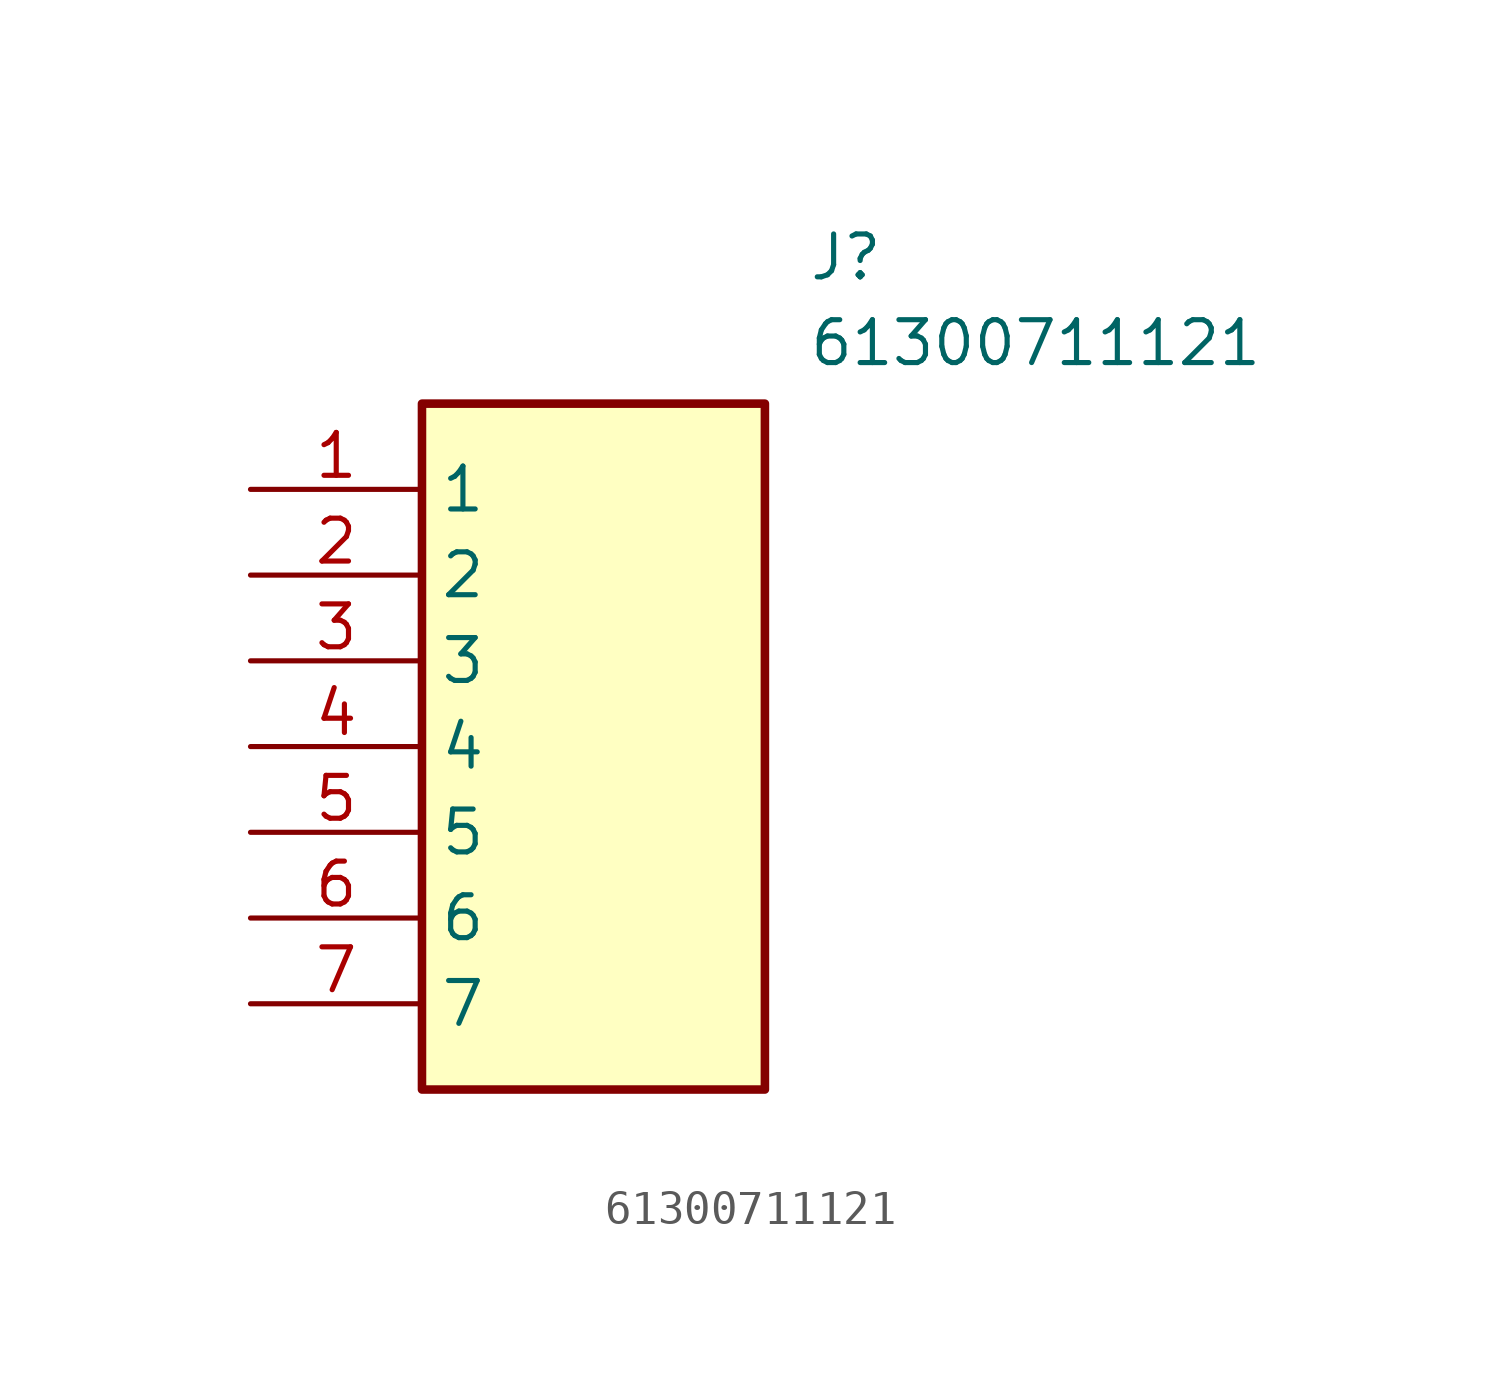
<source format=kicad_sym>
(kicad_symbol_lib
  (version 20211014)
  (generator SamacSys_ECAD_Model)
  (symbol "61300711121"
    (property "Reference" "J"
      (at 16.51 7.62 0)
      (effects (font (size 1.27 1.27)) (justify left top)))
    (property "Value" "61300711121"
      (at 16.51 5.08 0)
      (effects (font (size 1.27 1.27)) (justify left top)))
    (rectangle
      (start 5.08 2.54)
      (end 15.24 -17.78)
      (stroke (width 0.254) (type default))
      (fill (type background)))
    (pin passive line
      (at 0 0 0)
      (length 5.08)
      (name "1" (effects (font (size 1.27 1.27))))
      (number "1" (effects (font (size 1.27 1.27)))))
    (pin passive line
      (at 0 -2.54 0)
      (length 5.08)
      (name "2" (effects (font (size 1.27 1.27))))
      (number "2" (effects (font (size 1.27 1.27)))))
    (pin passive line
      (at 0 -5.08 0)
      (length 5.08)
      (name "3" (effects (font (size 1.27 1.27))))
      (number "3" (effects (font (size 1.27 1.27)))))
    (pin passive line
      (at 0 -7.62 0)
      (length 5.08)
      (name "4" (effects (font (size 1.27 1.27))))
      (number "4" (effects (font (size 1.27 1.27)))))
    (pin passive line
      (at 0 -10.16 0)
      (length 5.08)
      (name "5" (effects (font (size 1.27 1.27))))
      (number "5" (effects (font (size 1.27 1.27)))))
    (pin passive line
      (at 0 -12.7 0)
      (length 5.08)
      (name "6" (effects (font (size 1.27 1.27))))
      (number "6" (effects (font (size 1.27 1.27)))))
    (pin passive line
      (at 0 -15.24 0)
      (length 5.08)
      (name "7" (effects (font (size 1.27 1.27))))
      (number "7" (effects (font (size 1.27 1.27)))))))
</source>
